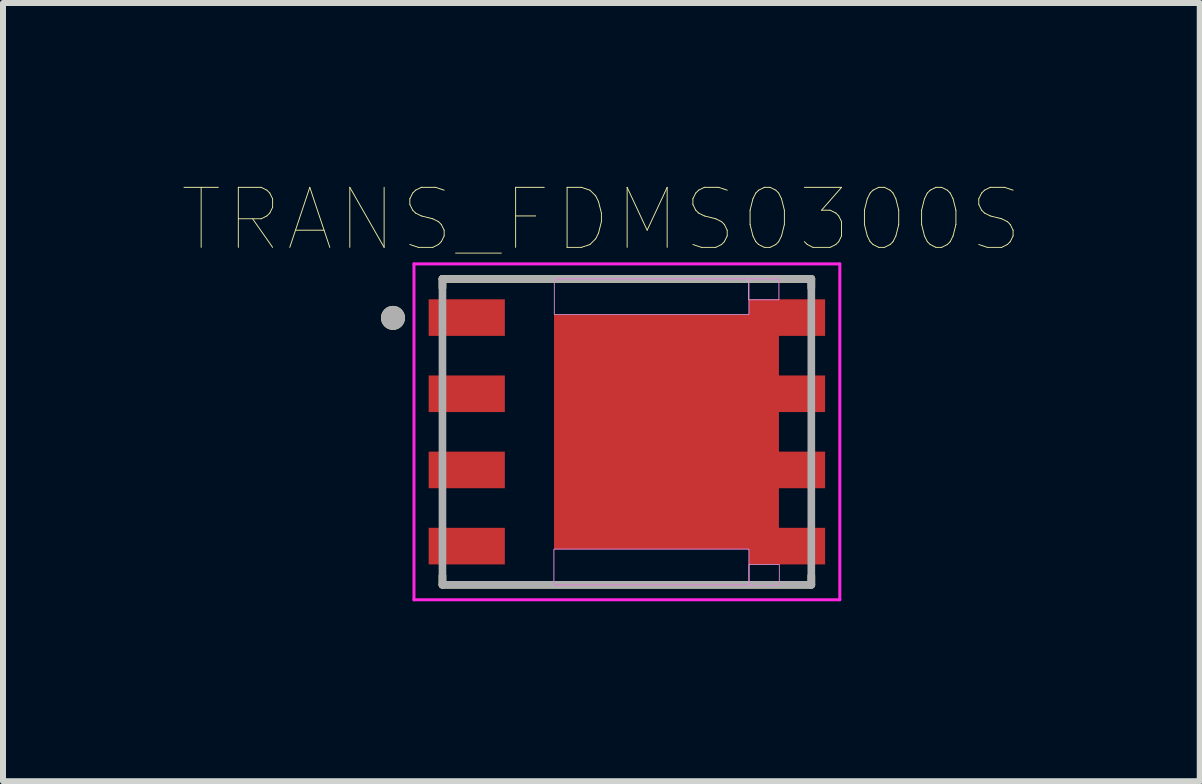
<source format=kicad_pcb>
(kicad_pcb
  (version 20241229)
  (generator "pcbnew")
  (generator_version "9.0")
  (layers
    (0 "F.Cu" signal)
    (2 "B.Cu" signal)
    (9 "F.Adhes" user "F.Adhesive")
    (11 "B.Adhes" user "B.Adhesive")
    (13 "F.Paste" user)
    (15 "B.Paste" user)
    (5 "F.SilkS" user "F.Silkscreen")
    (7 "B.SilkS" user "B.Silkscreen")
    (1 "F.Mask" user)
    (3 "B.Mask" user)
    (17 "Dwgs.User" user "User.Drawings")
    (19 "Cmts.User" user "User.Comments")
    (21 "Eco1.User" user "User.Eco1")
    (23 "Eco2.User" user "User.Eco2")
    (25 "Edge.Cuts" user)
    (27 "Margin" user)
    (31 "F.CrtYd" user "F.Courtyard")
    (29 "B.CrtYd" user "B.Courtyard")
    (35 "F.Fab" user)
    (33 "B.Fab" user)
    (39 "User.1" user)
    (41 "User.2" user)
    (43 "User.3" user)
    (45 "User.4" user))
  (footprint "TRANS_FDMS0300S"
    (layer "F.Cu")
    (at 7.402 4.15)
    (property "Reference" "TRANS_FDMS0300S" (at -0.425 -3.538 0) (layer "F.SilkS") (effects (font (size 1.001 1.001) (thickness 0.015))))
    (attr through_hole)
    (fp_line (start -3.075 -2.55) (end -3.075 -2.4) (stroke (width 0.127) (type solid)) (layer "F.SilkS"))
    (fp_line (start -3.075 2.4) (end -3.075 2.55) (stroke (width 0.127) (type solid)) (layer "F.SilkS"))
    (fp_line (start 3.075 -2.55) (end -3.075 -2.55) (stroke (width 0.127) (type solid)) (layer "F.SilkS"))
    (fp_line (start 3.075 -2.55) (end 3.075 -2.4) (stroke (width 0.127) (type solid)) (layer "F.SilkS"))
    (fp_line (start 3.075 2.4) (end 3.075 2.55) (stroke (width 0.127) (type solid)) (layer "F.SilkS"))
    (fp_line (start 3.075 2.55) (end -3.075 2.55) (stroke (width 0.127) (type solid)) (layer "F.SilkS"))
    (fp_circle (center -3.9 -1.9) (end -3.8 -1.9) (stroke (width 0.2) (type solid)) (fill no) (layer "F.SilkS"))
    (fp_poly (pts (xy -1.217 1.955) (xy 2.035 1.955) (xy 2.035 2.554) (xy -1.217 2.554)) (stroke (width 0.01) (type solid)) (fill no) (layer "Dwgs.User"))
    (fp_poly (pts (xy -1.212 -2.55) (xy 2.035 -2.55) (xy 2.035 -1.958) (xy -1.212 -1.958)) (stroke (width 0.01) (type solid)) (fill no) (layer "Dwgs.User"))
    (fp_poly (pts (xy 2.031 -2.55) (xy 2.535 -2.55) (xy 2.535 -2.201) (xy 2.031 -2.201)) (stroke (width 0.01) (type solid)) (fill no) (layer "Dwgs.User"))
    (fp_poly (pts (xy 2.036 2.21) (xy 2.54 2.21) (xy 2.54 2.562) (xy 2.036 2.562)) (stroke (width 0.01) (type solid)) (fill no) (layer "Dwgs.User"))
    (fp_line (start -3.55 -2.8) (end 3.55 -2.8) (stroke (width 0.05) (type solid)) (layer "F.CrtYd"))
    (fp_line (start -3.55 2.8) (end -3.55 -2.8) (stroke (width 0.05) (type solid)) (layer "F.CrtYd"))
    (fp_line (start 3.55 -2.8) (end 3.55 2.8) (stroke (width 0.05) (type solid)) (layer "F.CrtYd"))
    (fp_line (start 3.55 2.8) (end -3.55 2.8) (stroke (width 0.05) (type solid)) (layer "F.CrtYd"))
    (fp_poly (pts (xy -1.216 1.955) (xy 2.035 1.955) (xy 2.035 2.553) (xy -1.216 2.553)) (stroke (width 0.01) (type solid)) (fill no) (layer "F.CrtYd"))
    (fp_poly (pts (xy -1.21 -2.55) (xy 2.035 -2.55) (xy 2.035 -1.956) (xy -1.21 -1.956)) (stroke (width 0.01) (type solid)) (fill no) (layer "F.CrtYd"))
    (fp_poly (pts (xy 2.031 -2.55) (xy 2.535 -2.55) (xy 2.535 -2.201) (xy 2.031 -2.201)) (stroke (width 0.01) (type solid)) (fill no) (layer "F.CrtYd"))
    (fp_poly (pts (xy 2.036 2.21) (xy 2.54 2.21) (xy 2.54 2.562) (xy 2.036 2.562)) (stroke (width 0.01) (type solid)) (fill no) (layer "F.CrtYd"))
    (fp_line (start -3.075 -2.55) (end 3.075 -2.55) (stroke (width 0.127) (type solid)) (layer "F.Fab"))
    (fp_line (start -3.075 2.55) (end -3.075 -2.55) (stroke (width 0.127) (type solid)) (layer "F.Fab"))
    (fp_line (start 3.075 -2.55) (end 3.075 2.55) (stroke (width 0.127) (type solid)) (layer "F.Fab"))
    (fp_line (start 3.075 2.55) (end -3.075 2.55) (stroke (width 0.127) (type solid)) (layer "F.Fab"))
    (fp_circle (center -3.9 -1.9) (end -3.8 -1.9) (stroke (width 0.2) (type solid)) (fill no) (layer "F.Fab"))
    (pad "1" smd rect (at -2.67 -1.905) (size 1.27 0.61) (layers "F.Cu" "F.Mask" "F.Paste"))
    (pad "2" smd rect (at -2.67 -0.635) (size 1.27 0.61) (layers "F.Cu" "F.Mask" "F.Paste"))
    (pad "3" smd rect (at -2.67 0.635) (size 1.27 0.61) (layers "F.Cu" "F.Mask" "F.Paste"))
    (pad "4" smd rect (at -2.67 1.905) (size 1.27 0.61) (layers "F.Cu" "F.Mask" "F.Paste"))
    (pad "5" smd rect (at 2.67 1.905) (size 1.27 0.61) (layers "F.Cu" "F.Mask" "F.Paste"))
    (pad "6" smd rect (at 2.67 0.635) (size 1.27 0.61) (layers "F.Cu" "F.Mask" "F.Paste"))
    (pad "7" smd rect (at 2.67 -0.635) (size 1.27 0.61) (layers "F.Cu" "F.Mask" "F.Paste"))
    (pad "8" smd rect (at 2.67 -1.905) (size 1.27 0.61) (layers "F.Cu" "F.Mask" "F.Paste"))
    (pad "9" smd rect (at 0.66 0) (size 3.75 3.91) (layers "F.Cu" "F.Mask" "F.Paste")))
  (gr_rect
    (start -3 -3)
    (end 16.953 9.975)
    (stroke (width 0.1) (type default))
    (fill no)
    (layer "Edge.Cuts")))
</source>
